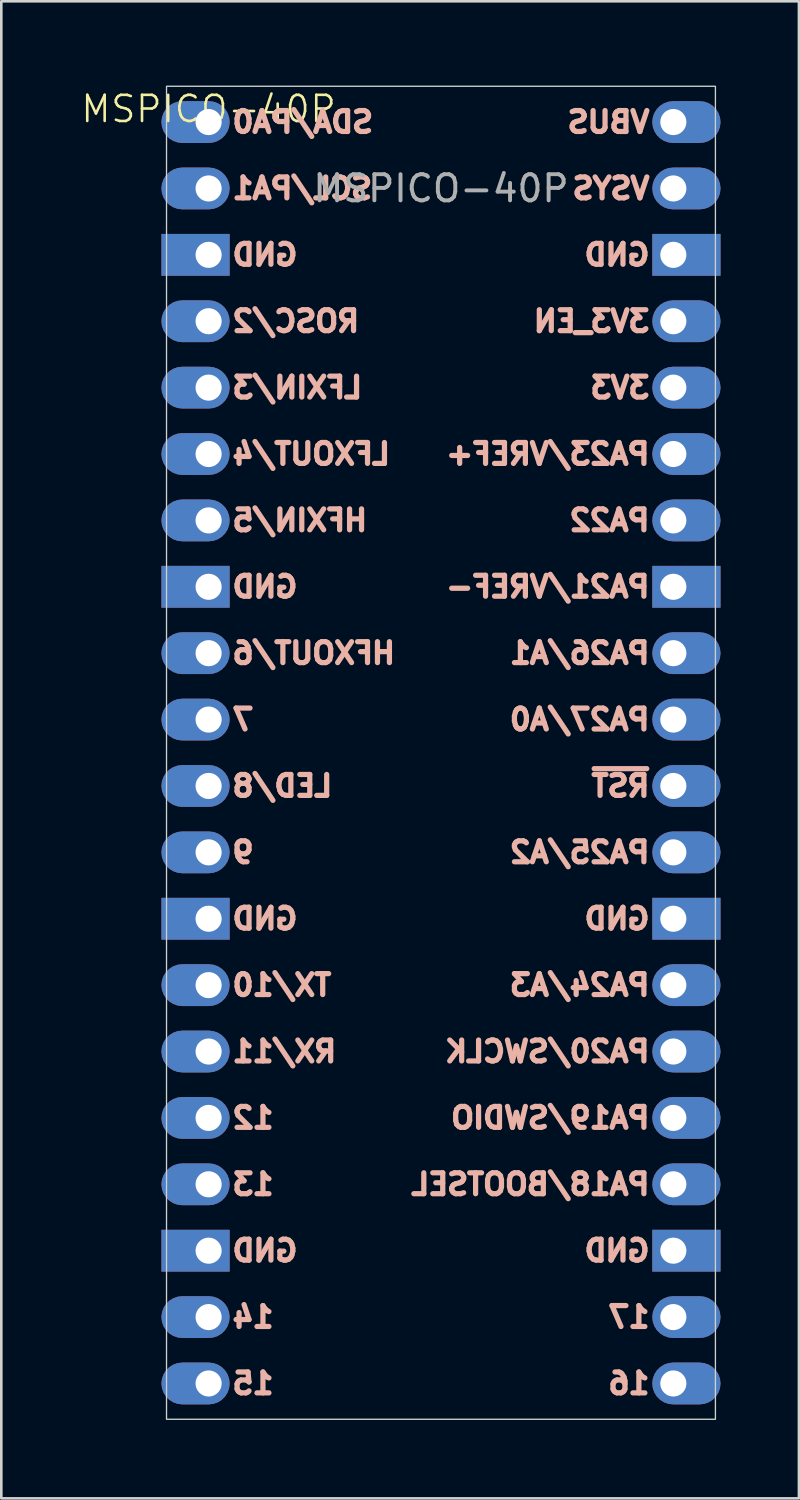
<source format=kicad_pcb>
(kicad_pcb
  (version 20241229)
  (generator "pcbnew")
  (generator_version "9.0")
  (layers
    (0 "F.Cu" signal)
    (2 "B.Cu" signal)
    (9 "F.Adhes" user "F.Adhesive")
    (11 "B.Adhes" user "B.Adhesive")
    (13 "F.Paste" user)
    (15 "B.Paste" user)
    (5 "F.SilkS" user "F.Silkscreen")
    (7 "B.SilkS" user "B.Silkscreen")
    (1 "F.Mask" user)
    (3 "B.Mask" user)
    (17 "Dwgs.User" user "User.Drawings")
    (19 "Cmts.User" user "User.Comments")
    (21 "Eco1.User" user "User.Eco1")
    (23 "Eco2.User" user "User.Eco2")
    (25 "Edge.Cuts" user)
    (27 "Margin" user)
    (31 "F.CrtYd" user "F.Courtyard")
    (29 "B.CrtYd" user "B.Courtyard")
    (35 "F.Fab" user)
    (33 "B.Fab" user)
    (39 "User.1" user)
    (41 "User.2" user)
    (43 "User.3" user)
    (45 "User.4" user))
  (footprint "MSPICO-40P"
    (layer "F.Cu")
    (at 3.321 0.25)
    (property "Reference" "MSPICO-40P" (at 1.61 0.87 0) (unlocked yes) (layer "F.SilkS") (effects (font (size 1 1) (thickness 0.1))))
    (attr through_hole)
    (fp_rect (start 0 0) (end 21 51) (stroke (width 0.05) (type default)) (fill no) (layer "Edge.Cuts"))
    (fp_text user "7" (at 2.415 24.23 0) (unlocked yes) (layer "B.SilkS") (effects (font (size 0.8 0.8) (thickness 0.2) (bold yes)) (justify right mirror)))
    (fp_text user "14" (at 2.415 47.09 0) (unlocked yes) (layer "B.SilkS") (effects (font (size 0.8 0.8) (thickness 0.2) (bold yes)) (justify right mirror)))
    (fp_text user "~{RST}" (at 18.585 26.77 0) (unlocked yes) (layer "B.SilkS") (effects (font (size 0.8 0.8) (thickness 0.2) (bold yes)) (justify left mirror)))
    (fp_text user "15" (at 2.415 49.63 0) (unlocked yes) (layer "B.SilkS") (effects (font (size 0.8 0.8) (thickness 0.2) (bold yes)) (justify right mirror)))
    (fp_text user "GND" (at 18.585 6.45 0) (unlocked yes) (layer "B.SilkS") (effects (font (size 0.8 0.8) (thickness 0.2) (bold yes)) (justify left mirror)))
    (fp_text user "PA26/A1" (at 18.585 21.69 0) (unlocked yes) (layer "B.SilkS") (effects (font (size 0.8 0.8) (thickness 0.2) (bold yes)) (justify left mirror)))
    (fp_text user "HFXOUT/6" (at 2.415 21.69 0) (unlocked yes) (layer "B.SilkS") (effects (font (size 0.8 0.8) (thickness 0.2) (bold yes)) (justify right mirror)))
    (fp_text user "LED/8" (at 2.415 26.77 0) (unlocked yes) (layer "B.SilkS") (effects (font (size 0.8 0.8) (thickness 0.2) (bold yes)) (justify right mirror)))
    (fp_text user "17" (at 18.585 47.09 0) (unlocked yes) (layer "B.SilkS") (effects (font (size 0.8 0.8) (thickness 0.2) (bold yes)) (justify left mirror)))
    (fp_text user "PA27/A0" (at 18.585 24.23 0) (unlocked yes) (layer "B.SilkS") (effects (font (size 0.8 0.8) (thickness 0.2) (bold yes)) (justify left mirror)))
    (fp_text user "TX/10" (at 2.415 34.39 0) (unlocked yes) (layer "B.SilkS") (effects (font (size 0.8 0.8) (thickness 0.2) (bold yes)) (justify right mirror)))
    (fp_text user "HFXIN/5" (at 2.415 16.61 0) (unlocked yes) (layer "B.SilkS") (effects (font (size 0.8 0.8) (thickness 0.2) (bold yes)) (justify right mirror)))
    (fp_text user "PA19/SWDIO" (at 18.585 39.47 0) (unlocked yes) (layer "B.SilkS") (effects (font (size 0.8 0.8) (thickness 0.2) (bold yes)) (justify left mirror)))
    (fp_text user "3V3" (at 18.585 11.53 0) (unlocked yes) (layer "B.SilkS") (effects (font (size 0.8 0.8) (thickness 0.2) (bold yes)) (justify left mirror)))
    (fp_text user "GND" (at 2.415 44.55 0) (unlocked yes) (layer "B.SilkS") (effects (font (size 0.8 0.8) (thickness 0.2) (bold yes)) (justify right mirror)))
    (fp_text user "GND" (at 2.415 19.15 0) (unlocked yes) (layer "B.SilkS") (effects (font (size 0.8 0.8) (thickness 0.2) (bold yes)) (justify right mirror)))
    (fp_text user "SDA/PA0" (at 2.415 1.37 0) (unlocked yes) (layer "B.SilkS") (effects (font (size 0.8 0.8) (thickness 0.2) (bold yes)) (justify right mirror)))
    (fp_text user "PA23/VREF+" (at 18.585 14.07 0) (unlocked yes) (layer "B.SilkS") (effects (font (size 0.8 0.8) (thickness 0.2) (bold yes)) (justify left mirror)))
    (fp_text user "PA22" (at 18.585 16.61 0) (unlocked yes) (layer "B.SilkS") (effects (font (size 0.8 0.8) (thickness 0.2) (bold yes)) (justify left mirror)))
    (fp_text user "13" (at 2.415 42.01 0) (unlocked yes) (layer "B.SilkS") (effects (font (size 0.8 0.8) (thickness 0.2) (bold yes)) (justify right mirror)))
    (fp_text user "GND" (at 18.585 44.55 0) (unlocked yes) (layer "B.SilkS") (effects (font (size 0.8 0.8) (thickness 0.2) (bold yes)) (justify left mirror)))
    (fp_text user "GND" (at 2.415 31.85 0) (unlocked yes) (layer "B.SilkS") (effects (font (size 0.8 0.8) (thickness 0.2) (bold yes)) (justify right mirror)))
    (fp_text user "VBUS" (at 18.585 1.37 0) (unlocked yes) (layer "B.SilkS") (effects (font (size 0.8 0.8) (thickness 0.2) (bold yes)) (justify left mirror)))
    (fp_text user "16" (at 18.585 49.63 0) (unlocked yes) (layer "B.SilkS") (effects (font (size 0.8 0.8) (thickness 0.2) (bold yes)) (justify left mirror)))
    (fp_text user "LFXIN/3" (at 2.415 11.53 0) (unlocked yes) (layer "B.SilkS") (effects (font (size 0.8 0.8) (thickness 0.2) (bold yes)) (justify right mirror)))
    (fp_text user "PA20/SWCLK" (at 18.585 36.93 0) (unlocked yes) (layer "B.SilkS") (effects (font (size 0.8 0.8) (thickness 0.2) (bold yes)) (justify left mirror)))
    (fp_text user "PA21/VREF-" (at 18.585 19.15 0) (unlocked yes) (layer "B.SilkS") (effects (font (size 0.8 0.8) (thickness 0.2) (bold yes)) (justify left mirror)))
    (fp_text user "12" (at 2.415 39.47 0) (unlocked yes) (layer "B.SilkS") (effects (font (size 0.8 0.8) (thickness 0.2) (bold yes)) (justify right mirror)))
    (fp_text user "LFXOUT/4" (at 2.415 14.07 0) (unlocked yes) (layer "B.SilkS") (effects (font (size 0.8 0.8) (thickness 0.2) (bold yes)) (justify right mirror)))
    (fp_text user "PA24/A3" (at 18.585 34.39 0) (unlocked yes) (layer "B.SilkS") (effects (font (size 0.8 0.8) (thickness 0.2) (bold yes)) (justify left mirror)))
    (fp_text user "GND" (at 18.585 31.85 0) (unlocked yes) (layer "B.SilkS") (effects (font (size 0.8 0.8) (thickness 0.2) (bold yes)) (justify left mirror)))
    (fp_text user "SCL/PA1" (at 2.415 3.91 0) (unlocked yes) (layer "B.SilkS") (effects (font (size 0.8 0.8) (thickness 0.2) (bold yes)) (justify right mirror)))
    (fp_text user "VSYS" (at 18.585 3.91 0) (unlocked yes) (layer "B.SilkS") (effects (font (size 0.8 0.8) (thickness 0.2) (bold yes)) (justify left mirror)))
    (fp_text user "PA25/A2" (at 18.585 29.31 0) (unlocked yes) (layer "B.SilkS") (effects (font (size 0.8 0.8) (thickness 0.2) (bold yes)) (justify left mirror)))
    (fp_text user "GND" (at 2.415 6.45 0) (unlocked yes) (layer "B.SilkS") (effects (font (size 0.8 0.8) (thickness 0.2) (bold yes)) (justify right mirror)))
    (fp_text user "3V3_EN" (at 18.585 8.99 0) (unlocked yes) (layer "B.SilkS") (effects (font (size 0.8 0.8) (thickness 0.2) (bold yes)) (justify left mirror)))
    (fp_text user "RX/11" (at 2.415 36.93 0) (unlocked yes) (layer "B.SilkS") (effects (font (size 0.8 0.8) (thickness 0.2) (bold yes)) (justify right mirror)))
    (fp_text user "9" (at 2.415 29.31 0) (unlocked yes) (layer "B.SilkS") (effects (font (size 0.8 0.8) (thickness 0.2) (bold yes)) (justify right mirror)))
    (fp_text user "PA18/BOOTSEL" (at 18.585 42.01 0) (unlocked yes) (layer "B.SilkS") (effects (font (size 0.8 0.8) (thickness 0.2) (bold yes)) (justify left mirror)))
    (fp_text user "ROSC/2" (at 2.415 8.99 0) (unlocked yes) (layer "B.SilkS") (effects (font (size 0.8 0.8) (thickness 0.2) (bold yes)) (justify right mirror)))
    (fp_text user "${REFERENCE}" (at 10.5 3.91 0) (unlocked yes) (layer "F.Fab") (effects (font (size 1 1) (thickness 0.15))))
    (pad "1" thru_hole roundrect (at 1.61 1.37) (size 2.61 1.6) (drill 1 (offset -0.5 0)) (layers "*.Cu" "*.Mask") (roundrect_rratio 0.5))
    (pad "2" thru_hole roundrect (at 1.61 3.91) (size 2.61 1.6) (drill 1 (offset -0.5 0)) (layers "*.Cu" "*.Mask") (roundrect_rratio 0.5))
    (pad "3" thru_hole rect (at 1.61 6.45) (size 2.61 1.6) (drill 1 (offset -0.5 0)) (layers "*.Cu" "*.Mask"))
    (pad "4" thru_hole roundrect (at 1.61 8.99) (size 2.61 1.6) (drill 1 (offset -0.5 0)) (layers "*.Cu" "*.Mask") (roundrect_rratio 0.5))
    (pad "5" thru_hole roundrect (at 1.61 11.53) (size 2.61 1.6) (drill 1 (offset -0.5 0)) (layers "*.Cu" "*.Mask") (roundrect_rratio 0.5))
    (pad "6" thru_hole roundrect (at 1.61 14.07) (size 2.61 1.6) (drill 1 (offset -0.5 0)) (layers "*.Cu" "*.Mask") (roundrect_rratio 0.5))
    (pad "7" thru_hole roundrect (at 1.61 16.61) (size 2.61 1.6) (drill 1 (offset -0.5 0)) (layers "*.Cu" "*.Mask") (roundrect_rratio 0.5))
    (pad "8" thru_hole rect (at 1.61 19.15) (size 2.61 1.6) (drill 1 (offset -0.5 0)) (layers "*.Cu" "*.Mask"))
    (pad "9" thru_hole roundrect (at 1.61 21.69) (size 2.61 1.6) (drill 1 (offset -0.5 0)) (layers "*.Cu" "*.Mask") (roundrect_rratio 0.5))
    (pad "10" thru_hole roundrect (at 1.61 24.23) (size 2.61 1.6) (drill 1 (offset -0.5 0)) (layers "*.Cu" "*.Mask") (roundrect_rratio 0.5))
    (pad "11" thru_hole roundrect (at 1.61 26.77) (size 2.61 1.6) (drill 1 (offset -0.5 0)) (layers "*.Cu" "*.Mask") (roundrect_rratio 0.5))
    (pad "12" thru_hole roundrect (at 1.61 29.31) (size 2.61 1.6) (drill 1 (offset -0.5 0)) (layers "*.Cu" "*.Mask") (roundrect_rratio 0.5))
    (pad "13" thru_hole rect (at 1.61 31.85) (size 2.61 1.6) (drill 1 (offset -0.5 0)) (layers "*.Cu" "*.Mask"))
    (pad "14" thru_hole roundrect (at 1.61 34.39) (size 2.61 1.6) (drill 1 (offset -0.5 0)) (layers "*.Cu" "*.Mask") (roundrect_rratio 0.5))
    (pad "15" thru_hole roundrect (at 1.61 36.93) (size 2.61 1.6) (drill 1 (offset -0.5 0)) (layers "*.Cu" "*.Mask") (roundrect_rratio 0.5))
    (pad "16" thru_hole roundrect (at 1.61 39.47) (size 2.61 1.6) (drill 1 (offset -0.5 0)) (layers "*.Cu" "*.Mask") (roundrect_rratio 0.5))
    (pad "17" thru_hole roundrect (at 1.61 42.01) (size 2.61 1.6) (drill 1 (offset -0.5 0)) (layers "*.Cu" "*.Mask") (roundrect_rratio 0.5))
    (pad "18" thru_hole rect (at 1.61 44.55) (size 2.61 1.6) (drill 1 (offset -0.5 0)) (layers "*.Cu" "*.Mask"))
    (pad "19" thru_hole roundrect (at 1.61 47.09) (size 2.61 1.6) (drill 1 (offset -0.5 0)) (layers "*.Cu" "*.Mask") (roundrect_rratio 0.5))
    (pad "20" thru_hole roundrect (at 1.61 49.63) (size 2.61 1.6) (drill 1 (offset -0.5 0)) (layers "*.Cu" "*.Mask") (roundrect_rratio 0.5))
    (pad "21" thru_hole roundrect (at 19.39 49.63) (size 2.61 1.6) (drill 1 (offset 0.5 0)) (layers "*.Cu" "*.Mask") (roundrect_rratio 0.5))
    (pad "22" thru_hole roundrect (at 19.39 47.09) (size 2.61 1.6) (drill 1 (offset 0.5 0)) (layers "*.Cu" "*.Mask") (roundrect_rratio 0.5))
    (pad "23" thru_hole rect (at 19.39 44.55) (size 2.61 1.6) (drill 1 (offset 0.5 0)) (layers "*.Cu" "*.Mask"))
    (pad "24" thru_hole roundrect (at 19.39 42.01) (size 2.61 1.6) (drill 1 (offset 0.5 0)) (layers "*.Cu" "*.Mask") (roundrect_rratio 0.5))
    (pad "25" thru_hole roundrect (at 19.39 39.47) (size 2.61 1.6) (drill 1 (offset 0.5 0)) (layers "*.Cu" "*.Mask") (roundrect_rratio 0.5))
    (pad "26" thru_hole roundrect (at 19.39 36.93) (size 2.61 1.6) (drill 1 (offset 0.5 0)) (layers "*.Cu" "*.Mask") (roundrect_rratio 0.5))
    (pad "27" thru_hole roundrect (at 19.39 34.39) (size 2.61 1.6) (drill 1 (offset 0.5 0)) (layers "*.Cu" "*.Mask") (roundrect_rratio 0.5))
    (pad "28" thru_hole rect (at 19.39 31.85) (size 2.61 1.6) (drill 1 (offset 0.5 0)) (layers "*.Cu" "*.Mask"))
    (pad "29" thru_hole roundrect (at 19.39 29.31) (size 2.61 1.6) (drill 1 (offset 0.5 0)) (layers "*.Cu" "*.Mask") (roundrect_rratio 0.5))
    (pad "30" thru_hole roundrect (at 19.39 26.77) (size 2.61 1.6) (drill 1 (offset 0.5 0)) (layers "*.Cu" "*.Mask") (roundrect_rratio 0.5))
    (pad "31" thru_hole roundrect (at 19.39 24.23) (size 2.61 1.6) (drill 1 (offset 0.5 0)) (layers "*.Cu" "*.Mask") (roundrect_rratio 0.5))
    (pad "32" thru_hole roundrect (at 19.39 21.69) (size 2.61 1.6) (drill 1 (offset 0.5 0)) (layers "*.Cu" "*.Mask") (roundrect_rratio 0.5))
    (pad "33" thru_hole rect (at 19.39 19.15) (size 2.61 1.6) (drill 1 (offset 0.5 0)) (layers "*.Cu" "*.Mask"))
    (pad "34" thru_hole roundrect (at 19.39 16.61) (size 2.61 1.6) (drill 1 (offset 0.5 0)) (layers "*.Cu" "*.Mask") (roundrect_rratio 0.5))
    (pad "35" thru_hole roundrect (at 19.39 14.07) (size 2.61 1.6) (drill 1 (offset 0.5 0)) (layers "*.Cu" "*.Mask") (roundrect_rratio 0.5))
    (pad "36" thru_hole roundrect (at 19.39 11.53) (size 2.61 1.6) (drill 1 (offset 0.5 0)) (layers "*.Cu" "*.Mask") (roundrect_rratio 0.5))
    (pad "37" thru_hole roundrect (at 19.39 8.99) (size 2.61 1.6) (drill 1 (offset 0.5 0)) (layers "*.Cu" "*.Mask") (roundrect_rratio 0.5))
    (pad "38" thru_hole rect (at 19.39 6.45) (size 2.61 1.6) (drill 1 (offset 0.5 0)) (layers "*.Cu" "*.Mask"))
    (pad "39" thru_hole roundrect (at 19.39 3.91) (size 2.61 1.6) (drill 1 (offset 0.5 0)) (layers "*.Cu" "*.Mask") (roundrect_rratio 0.5))
    (pad "40" thru_hole roundrect (at 19.39 1.37) (size 2.61 1.6) (drill 1 (offset 0.5 0)) (layers "*.Cu" "*.Mask") (roundrect_rratio 0.5)))
  (gr_rect
    (start -3 -3)
    (end 27.516 54.275)
    (stroke (width 0.1) (type default))
    (fill no)
    (layer "Edge.Cuts")))
</source>
